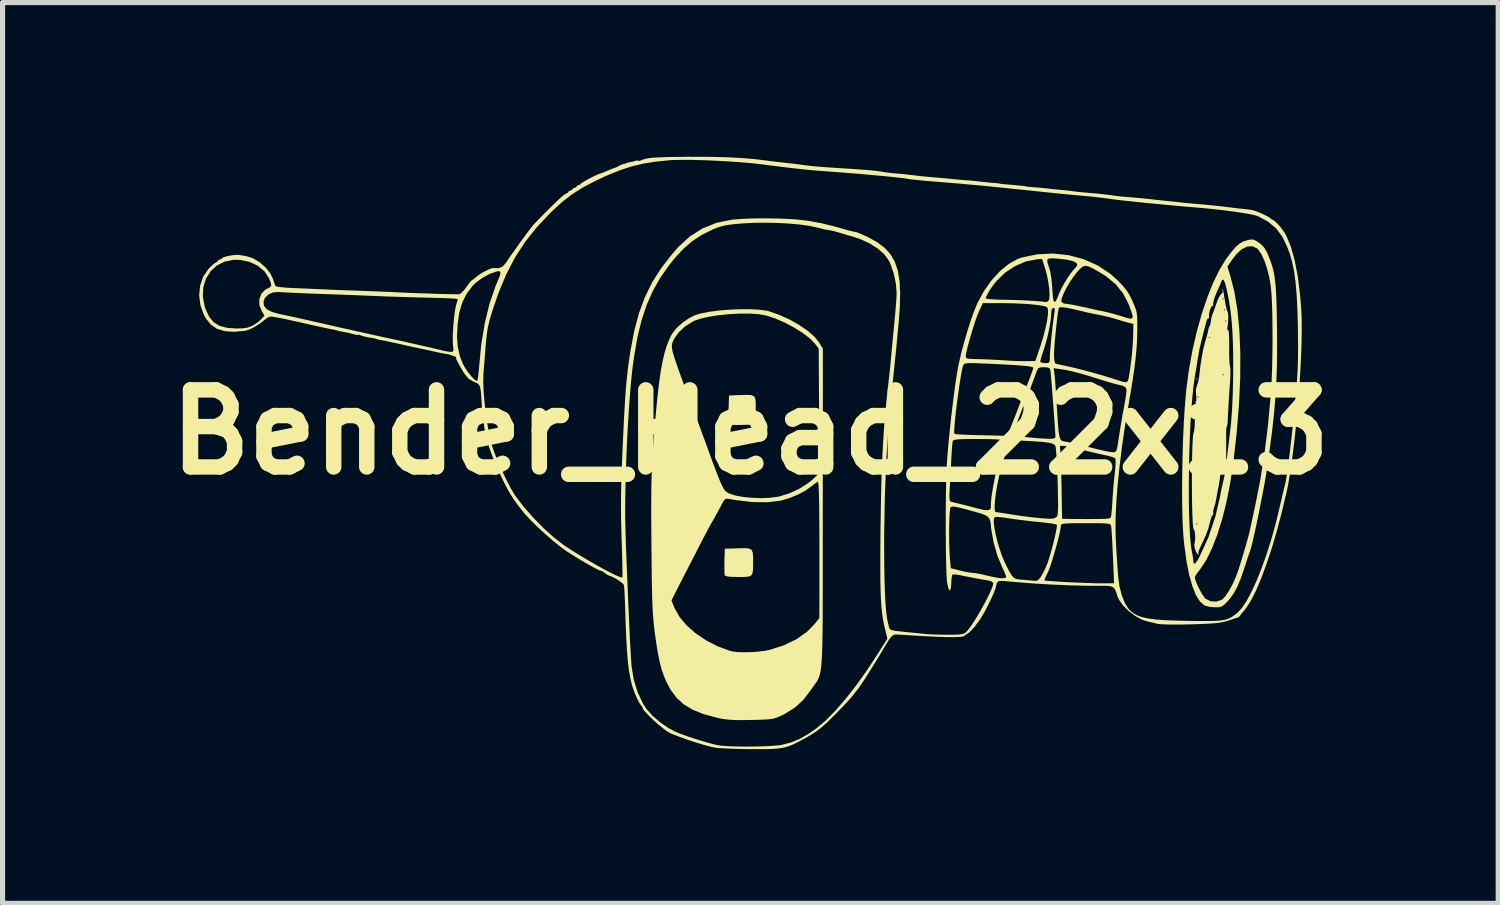
<source format=kicad_pcb>
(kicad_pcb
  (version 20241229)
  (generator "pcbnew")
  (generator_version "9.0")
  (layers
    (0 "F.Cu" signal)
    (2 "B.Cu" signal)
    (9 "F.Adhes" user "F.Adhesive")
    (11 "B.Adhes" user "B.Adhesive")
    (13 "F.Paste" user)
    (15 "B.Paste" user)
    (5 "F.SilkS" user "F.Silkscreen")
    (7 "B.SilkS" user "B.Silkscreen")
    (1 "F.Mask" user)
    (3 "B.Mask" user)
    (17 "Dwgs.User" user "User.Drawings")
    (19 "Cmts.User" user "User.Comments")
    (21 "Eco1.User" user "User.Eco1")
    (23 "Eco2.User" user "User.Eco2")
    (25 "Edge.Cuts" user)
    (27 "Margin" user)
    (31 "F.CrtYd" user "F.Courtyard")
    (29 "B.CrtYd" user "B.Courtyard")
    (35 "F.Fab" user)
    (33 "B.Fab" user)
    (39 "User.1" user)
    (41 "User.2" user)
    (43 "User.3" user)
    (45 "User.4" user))
  (footprint "Bender_Head_22x13"
    (layer "F.Cu")
    (at 11.55 5.357)
    (property "Reference" "Bender_Head_22x13" (at 0 0 0) (layer "F.SilkS") (effects (font (size 1.5 1.5) (thickness 0.3))))
    (attr board_only exclude_from_pos_files exclude_from_bom)
    (fp_poly (pts (xy 8.699 -1.034) (xy 8.686 -1.02) (xy 8.673 -1.034) (xy 8.686 -1.047)) (stroke (width 0) (type solid)) (fill yes) (layer "F.SilkS"))
    (fp_poly (pts (xy 0.013 -0.721) (xy 0.068 -0.7) (xy 0.096 -0.655) (xy 0.104 -0.577) (xy 0.103 -0.457) (xy 0.102 -0.422) (xy 0.094 -0.148) (xy -0.155 -0.14) (xy -0.28 -0.138) (xy -0.36 -0.142) (xy -0.403 -0.154) (xy -0.418 -0.169) (xy -0.423 -0.21) (xy -0.426 -0.292) (xy -0.425 -0.399) (xy -0.424 -0.458) (xy -0.416 -0.712) (xy -0.215 -0.72) (xy -0.078 -0.724)) (stroke (width 0) (type solid)) (fill yes) (layer "F.SilkS"))
    (fp_poly (pts (xy -0.027 2.265) (xy 0.022 2.29) (xy 0.045 2.341) (xy 0.052 2.429) (xy 0.053 2.537) (xy 0.052 2.662) (xy 0.042 2.743) (xy 0.015 2.79) (xy -0.04 2.812) (xy -0.132 2.819) (xy -0.232 2.819) (xy -0.362 2.817) (xy -0.445 2.809) (xy -0.489 2.795) (xy -0.499 2.784) (xy -0.504 2.742) (xy -0.506 2.661) (xy -0.506 2.556) (xy -0.505 2.508) (xy -0.497 2.269) (xy -0.238 2.261) (xy -0.11 2.258)) (stroke (width 0) (type solid)) (fill yes) (layer "F.SilkS"))
    (fp_poly (pts (xy 9.191 -2.782) (xy 9.202 -2.735) (xy 9.217 -2.652) (xy 9.226 -2.591) (xy 9.245 -2.484) (xy 9.264 -2.4) (xy 9.279 -2.35) (xy 9.285 -2.342) (xy 9.294 -2.314) (xy 9.298 -2.251) (xy 9.296 -2.171) (xy 9.29 -2.091) (xy 9.28 -2.03) (xy 9.277 -2.02) (xy 9.282 -1.99) (xy 9.293 -1.987) (xy 9.306 -1.961) (xy 9.313 -1.883) (xy 9.316 -1.757) (xy 9.316 -1.658) (xy 9.315 -1.526) (xy 9.318 -1.411) (xy 9.324 -1.325) (xy 9.331 -1.279) (xy 9.338 -1.232) (xy 9.34 -1.146) (xy 9.336 -1.035) (xy 9.332 -0.971) (xy 9.321 -0.822) (xy 9.31 -0.645) (xy 9.299 -0.462) (xy 9.29 -0.292) (xy 9.284 -0.161) (xy 9.27 -0.107) (xy 9.262 -0.094) (xy 9.253 -0.058) (xy 9.242 0.02) (xy 9.232 0.13) (xy 9.223 0.26) (xy 9.222 0.275) (xy 9.213 0.404) (xy 9.203 0.51) (xy 9.193 0.585) (xy 9.183 0.617) (xy 9.182 0.618) (xy 9.17 0.642) (xy 9.157 0.706) (xy 9.147 0.785) (xy 9.134 0.903) (xy 9.116 1.025) (xy 9.103 1.087) (xy 9.084 1.184) (xy 9.068 1.273) (xy 9.064 1.302) (xy 9.045 1.39) (xy 9.023 1.461) (xy 9.005 1.528) (xy 9.006 1.575) (xy 9.005 1.607) (xy 8.996 1.611) (xy 8.978 1.635) (xy 8.956 1.697) (xy 8.941 1.757) (xy 8.911 1.87) (xy 8.867 1.991) (xy 8.844 2.045) (xy 8.8 2.14) (xy 8.759 2.227) (xy 8.74 2.268) (xy 8.718 2.328) (xy 8.716 2.367) (xy 8.716 2.368) (xy 8.716 2.389) (xy 8.713 2.39) (xy 8.693 2.368) (xy 8.665 2.313) (xy 8.661 2.304) (xy 8.64 2.236) (xy 8.637 2.186) (xy 8.638 2.184) (xy 8.651 2.12) (xy 8.655 2.04) (xy 8.65 1.963) (xy 8.637 1.908) (xy 8.626 1.894) (xy 8.616 1.865) (xy 8.609 1.789) (xy 8.608 1.786) (xy 8.673 1.786) (xy 8.686 1.799) (xy 8.699 1.786) (xy 8.686 1.772) (xy 8.673 1.786) (xy 8.608 1.786) (xy 8.602 1.675) (xy 8.597 1.53) (xy 8.593 1.361) (xy 8.591 1.176) (xy 8.59 0.982) (xy 8.59 0.788) (xy 8.592 0.6) (xy 8.595 0.426) (xy 8.6 0.273) (xy 8.606 0.15) (xy 8.613 0.063) (xy 8.622 0.02) (xy 8.636 -0.034) (xy 8.645 -0.128) (xy 8.648 -0.245) (xy 8.648 -0.273) (xy 8.648 -0.399) (xy 8.654 -0.476) (xy 8.668 -0.508) (xy 8.674 -0.51) (xy 8.691 -0.52) (xy 8.673 -0.55) (xy 8.656 -0.583) (xy 8.665 -0.591) (xy 8.678 -0.615) (xy 8.677 -0.68) (xy 8.676 -0.685) (xy 8.699 -0.685) (xy 8.713 -0.671) (xy 8.726 -0.685) (xy 8.713 -0.698) (xy 8.699 -0.685) (xy 8.676 -0.685) (xy 8.672 -0.712) (xy 8.668 -0.825) (xy 8.686 -0.896) (xy 8.708 -0.959) (xy 8.727 -1.049) (xy 8.734 -1.104) (xy 8.735 -1.114) (xy 9.183 -1.114) (xy 9.196 -1.101) (xy 9.21 -1.114) (xy 9.196 -1.128) (xy 9.183 -1.114) (xy 8.735 -1.114) (xy 8.758 -1.304) (xy 8.787 -1.489) (xy 8.818 -1.646) (xy 8.849 -1.763) (xy 8.852 -1.772) (xy 8.872 -1.839) (xy 8.914 -1.839) (xy 8.928 -1.826) (xy 8.941 -1.839) (xy 8.928 -1.853) (xy 8.914 -1.839) (xy 8.872 -1.839) (xy 8.88 -1.865) (xy 8.902 -1.951) (xy 8.906 -1.973) (xy 8.921 -2.035) (xy 8.937 -2.067) (xy 8.951 -2.101) (xy 8.96 -2.161) (xy 9.236 -2.161) (xy 9.25 -2.148) (xy 9.263 -2.161) (xy 9.25 -2.175) (xy 9.236 -2.161) (xy 8.96 -2.161) (xy 8.973 -2.24) (xy 8.992 -2.296) (xy 9.014 -2.351) (xy 9.023 -2.376) (xy 9.21 -2.376) (xy 9.223 -2.363) (xy 9.236 -2.376) (xy 9.223 -2.39) (xy 9.21 -2.376) (xy 9.023 -2.376) (xy 9.044 -2.435) (xy 9.065 -2.497) (xy 9.098 -2.584) (xy 9.102 -2.591) (xy 9.183 -2.591) (xy 9.196 -2.578) (xy 9.21 -2.591) (xy 9.196 -2.604) (xy 9.183 -2.591) (xy 9.102 -2.591) (xy 9.134 -2.653) (xy 9.155 -2.679) (xy 9.186 -2.713) (xy 9.189 -2.726) (xy 9.185 -2.76) (xy 9.186 -2.786)) (stroke (width 0) (type solid)) (fill yes) (layer "F.SilkS"))
    (fp_poly (pts (xy 0.175 -2.381) (xy 0.317 -2.362) (xy 0.36 -2.351) (xy 0.562 -2.281) (xy 0.762 -2.19) (xy 0.949 -2.085) (xy 1.114 -1.972) (xy 1.245 -1.857) (xy 1.329 -1.753) (xy 1.41 -1.624) (xy 1.408 1.504) (xy 1.408 1.983) (xy 1.408 2.411) (xy 1.408 2.792) (xy 1.408 3.128) (xy 1.407 3.423) (xy 1.406 3.68) (xy 1.404 3.901) (xy 1.401 4.09) (xy 1.396 4.25) (xy 1.391 4.384) (xy 1.383 4.496) (xy 1.374 4.587) (xy 1.363 4.661) (xy 1.349 4.722) (xy 1.333 4.772) (xy 1.315 4.815) (xy 1.293 4.852) (xy 1.268 4.889) (xy 1.24 4.927) (xy 1.209 4.97) (xy 1.174 5.021) (xy 1.174 5.021) (xy 1.029 5.21) (xy 0.869 5.358) (xy 0.679 5.478) (xy 0.618 5.509) (xy 0.55 5.54) (xy 0.491 5.563) (xy 0.431 5.578) (xy 0.357 5.588) (xy 0.259 5.594) (xy 0.127 5.599) (xy 0.013 5.601) (xy -0.171 5.604) (xy -0.315 5.602) (xy -0.432 5.594) (xy -0.537 5.581) (xy -0.642 5.56) (xy -0.644 5.559) (xy -0.905 5.489) (xy -1.12 5.404) (xy -1.296 5.298) (xy -1.439 5.167) (xy -1.557 5.006) (xy -1.638 4.851) (xy -1.687 4.734) (xy -1.728 4.614) (xy -1.763 4.482) (xy -1.795 4.326) (xy -1.827 4.136) (xy -1.856 3.932) (xy -1.87 3.825) (xy -1.881 3.722) (xy -1.891 3.616) (xy -1.899 3.501) (xy -1.906 3.37) (xy -1.909 3.275) (xy -1.536 3.275) (xy -1.473 3.429) (xy -1.378 3.598) (xy -1.238 3.764) (xy -1.061 3.918) (xy -0.856 4.056) (xy -0.631 4.171) (xy -0.396 4.256) (xy -0.362 4.265) (xy -0.269 4.279) (xy -0.139 4.284) (xy 0.009 4.281) (xy 0.159 4.271) (xy 0.293 4.254) (xy 0.362 4.24) (xy 0.648 4.15) (xy 0.896 4.03) (xy 1.103 3.884) (xy 1.254 3.729) (xy 1.342 3.617) (xy 1.342 2.292) (xy 1.342 1.973) (xy 1.34 1.695) (xy 1.338 1.457) (xy 1.335 1.264) (xy 1.33 1.118) (xy 1.325 1.019) (xy 1.319 0.971) (xy 1.317 0.967) (xy 1.282 0.983) (xy 1.226 1.024) (xy 1.199 1.047) (xy 1.078 1.134) (xy 0.923 1.217) (xy 0.754 1.286) (xy 0.592 1.333) (xy 0.329 1.365) (xy 0.03 1.361) (xy -0.305 1.32) (xy -0.403 1.303) (xy -0.454 1.295) (xy -0.489 1.304) (xy -0.52 1.337) (xy -0.558 1.406) (xy -0.576 1.441) (xy -0.635 1.552) (xy -0.699 1.668) (xy -0.736 1.732) (xy -0.767 1.786) (xy -0.809 1.862) (xy -0.863 1.964) (xy -0.932 2.096) (xy -1.017 2.26) (xy -1.12 2.461) (xy -1.244 2.703) (xy -1.39 2.988) (xy -1.403 3.013) (xy -1.536 3.275) (xy -1.909 3.275) (xy -1.911 3.218) (xy -1.915 3.039) (xy -1.919 2.825) (xy -1.922 2.572) (xy -1.925 2.273) (xy -1.926 2.202) (xy -1.928 1.856) (xy -1.93 1.557) (xy -1.929 1.299) (xy -1.927 1.072) (xy -1.923 0.872) (xy -1.916 0.691) (xy -1.908 0.522) (xy -1.898 0.358) (xy -1.895 0.322) (xy -1.865 -0.071) (xy -1.835 -0.414) (xy -1.806 -0.712) (xy -1.775 -0.97) (xy -1.743 -1.191) (xy -1.708 -1.379) (xy -1.67 -1.54) (xy -1.629 -1.677) (xy -1.626 -1.683) (xy -1.529 -1.683) (xy -1.526 -1.629) (xy -1.512 -1.559) (xy -1.484 -1.465) (xy -1.442 -1.339) (xy -1.384 -1.174) (xy -1.348 -1.074) (xy -1.303 -0.949) (xy -1.247 -0.797) (xy -1.188 -0.641) (xy -1.154 -0.55) (xy -1.101 -0.411) (xy -1.037 -0.242) (xy -0.97 -0.061) (xy -0.908 0.109) (xy -0.898 0.134) (xy -0.807 0.386) (xy -0.732 0.591) (xy -0.67 0.756) (xy -0.619 0.885) (xy -0.579 0.984) (xy -0.545 1.056) (xy -0.516 1.107) (xy -0.489 1.142) (xy -0.463 1.166) (xy -0.435 1.183) (xy -0.418 1.192) (xy -0.305 1.231) (xy -0.154 1.26) (xy 0.021 1.278) (xy 0.205 1.285) (xy 0.382 1.278) (xy 0.539 1.257) (xy 0.564 1.252) (xy 0.758 1.192) (xy 0.951 1.103) (xy 1.123 0.994) (xy 1.208 0.924) (xy 1.344 0.797) (xy 1.337 -0.414) (xy 1.329 -1.624) (xy 1.256 -1.72) (xy 1.158 -1.821) (xy 1.02 -1.927) (xy 0.854 -2.032) (xy 0.672 -2.129) (xy 0.485 -2.21) (xy 0.306 -2.269) (xy 0.295 -2.271) (xy 0.156 -2.295) (xy -0.018 -2.306) (xy -0.214 -2.305) (xy -0.421 -2.294) (xy -0.625 -2.273) (xy -0.814 -2.243) (xy -0.976 -2.206) (xy -1.098 -2.163) (xy -1.107 -2.158) (xy -1.269 -2.058) (xy -1.398 -1.938) (xy -1.478 -1.823) (xy -1.504 -1.772) (xy -1.521 -1.728) (xy -1.529 -1.683) (xy -1.626 -1.683) (xy -1.583 -1.794) (xy -1.532 -1.897) (xy -1.521 -1.916) (xy -1.437 -2.024) (xy -1.318 -2.131) (xy -1.182 -2.223) (xy -1.085 -2.272) (xy -0.964 -2.309) (xy -0.803 -2.34) (xy -0.614 -2.365) (xy -0.408 -2.382) (xy -0.2 -2.391) (xy -0.002 -2.391)) (stroke (width 0) (type solid)) (fill yes) (layer "F.SilkS"))
    (fp_poly (pts (xy 9.795 -3.743) (xy 9.856 -3.711) (xy 9.883 -3.694) (xy 9.95 -3.642) (xy 10.003 -3.581) (xy 10.051 -3.496) (xy 10.101 -3.376) (xy 10.121 -3.325) (xy 10.152 -3.233) (xy 10.177 -3.138) (xy 10.197 -3.031) (xy 10.213 -2.907) (xy 10.225 -2.758) (xy 10.234 -2.577) (xy 10.24 -2.359) (xy 10.245 -2.095) (xy 10.246 -2.014) (xy 10.248 -1.646) (xy 10.245 -1.31) (xy 10.234 -0.994) (xy 10.216 -0.684) (xy 10.189 -0.37) (xy 10.153 -0.04) (xy 10.107 0.319) (xy 10.052 0.707) (xy 10.029 0.851) (xy 9.999 1.022) (xy 9.964 1.211) (xy 9.925 1.409) (xy 9.886 1.607) (xy 9.846 1.797) (xy 9.808 1.971) (xy 9.774 2.119) (xy 9.746 2.233) (xy 9.725 2.305) (xy 9.721 2.315) (xy 9.703 2.366) (xy 9.673 2.454) (xy 9.637 2.565) (xy 9.611 2.645) (xy 9.542 2.845) (xy 9.476 3.004) (xy 9.407 3.133) (xy 9.329 3.241) (xy 9.285 3.292) (xy 9.22 3.358) (xy 9.169 3.394) (xy 9.111 3.407) (xy 9.038 3.409) (xy 8.943 3.401) (xy 8.858 3.381) (xy 8.83 3.369) (xy 8.746 3.295) (xy 8.668 3.171) (xy 8.599 2.997) (xy 8.55 2.824) (xy 8.646 2.824) (xy 8.659 2.882) (xy 8.694 2.969) (xy 8.741 3.066) (xy 8.792 3.157) (xy 8.838 3.224) (xy 8.855 3.242) (xy 8.954 3.292) (xy 9.066 3.299) (xy 9.171 3.262) (xy 9.193 3.246) (xy 9.248 3.186) (xy 9.312 3.087) (xy 9.379 2.965) (xy 9.44 2.831) (xy 9.469 2.754) (xy 9.505 2.65) (xy 9.547 2.516) (xy 9.593 2.365) (xy 9.637 2.213) (xy 9.676 2.075) (xy 9.706 1.964) (xy 9.716 1.92) (xy 9.732 1.843) (xy 9.757 1.729) (xy 9.787 1.59) (xy 9.819 1.442) (xy 9.826 1.41) (xy 9.921 0.928) (xy 10.003 0.409) (xy 10.07 -0.13) (xy 10.12 -0.675) (xy 10.128 -0.781) (xy 10.141 -0.997) (xy 10.15 -1.239) (xy 10.156 -1.497) (xy 10.159 -1.761) (xy 10.158 -2.021) (xy 10.155 -2.268) (xy 10.149 -2.491) (xy 10.139 -2.68) (xy 10.126 -2.826) (xy 10.126 -2.828) (xy 10.097 -3.005) (xy 10.054 -3.177) (xy 10.002 -3.333) (xy 9.943 -3.461) (xy 9.882 -3.551) (xy 9.859 -3.573) (xy 9.765 -3.616) (xy 9.662 -3.609) (xy 9.554 -3.553) (xy 9.445 -3.45) (xy 9.373 -3.355) (xy 9.281 -3.221) (xy 9.337 -3.04) (xy 9.417 -2.729) (xy 9.476 -2.372) (xy 9.514 -1.97) (xy 9.532 -1.529) (xy 9.53 -1.05) (xy 9.506 -0.537) (xy 9.462 0.008) (xy 9.397 0.581) (xy 9.385 0.671) (xy 9.328 1.036) (xy 9.258 1.383) (xy 9.175 1.708) (xy 9.082 2.003) (xy 8.981 2.263) (xy 8.874 2.482) (xy 8.762 2.653) (xy 8.754 2.663) (xy 8.698 2.737) (xy 8.659 2.795) (xy 8.646 2.824) (xy 8.55 2.824) (xy 8.537 2.777) (xy 8.485 2.512) (xy 8.443 2.205) (xy 8.431 2.094) (xy 8.416 1.899) (xy 8.406 1.659) (xy 8.401 1.385) (xy 8.399 1.084) (xy 8.4 1.009) (xy 8.53 1.009) (xy 8.53 1.295) (xy 8.534 1.563) (xy 8.543 1.808) (xy 8.554 2.023) (xy 8.57 2.201) (xy 8.59 2.334) (xy 8.6 2.376) (xy 8.612 2.445) (xy 8.617 2.505) (xy 8.626 2.557) (xy 8.651 2.558) (xy 8.691 2.508) (xy 8.733 2.435) (xy 8.911 2.048) (xy 9.048 1.64) (xy 9.13 1.29) (xy 9.155 1.162) (xy 9.18 1.044) (xy 9.201 0.952) (xy 9.21 0.913) (xy 9.225 0.844) (xy 9.242 0.74) (xy 9.258 0.618) (xy 9.265 0.564) (xy 9.281 0.421) (xy 9.3 0.269) (xy 9.316 0.136) (xy 9.32 0.107) (xy 9.349 -0.146) (xy 9.37 -0.412) (xy 9.384 -0.7) (xy 9.392 -1.022) (xy 9.394 -1.302) (xy 9.391 -1.62) (xy 9.382 -1.894) (xy 9.366 -2.137) (xy 9.342 -2.358) (xy 9.309 -2.57) (xy 9.267 -2.781) (xy 9.264 -2.792) (xy 9.234 -2.904) (xy 9.207 -2.962) (xy 9.182 -2.967) (xy 9.166 -2.938) (xy 9.146 -2.888) (xy 9.112 -2.807) (xy 9.07 -2.713) (xy 9.032 -2.62) (xy 9.009 -2.541) (xy 9.004 -2.492) (xy 9.004 -2.491) (xy 9.005 -2.458) (xy 8.994 -2.457) (xy 8.973 -2.445) (xy 8.949 -2.398) (xy 8.93 -2.335) (xy 8.921 -2.274) (xy 8.925 -2.239) (xy 8.926 -2.213) (xy 8.915 -2.215) (xy 8.892 -2.204) (xy 8.873 -2.156) (xy 8.855 -2.083) (xy 8.83 -1.99) (xy 8.821 -1.96) (xy 8.739 -1.623) (xy 8.699 -1.396) (xy 8.68 -1.274) (xy 8.659 -1.147) (xy 8.647 -1.074) (xy 8.621 -0.896) (xy 8.599 -0.682) (xy 8.579 -0.436) (xy 8.562 -0.168) (xy 8.549 0.118) (xy 8.539 0.414) (xy 8.533 0.713) (xy 8.53 1.009) (xy 8.4 1.009) (xy 8.402 0.768) (xy 8.409 0.445) (xy 8.419 0.124) (xy 8.433 -0.186) (xy 8.451 -0.474) (xy 8.472 -0.733) (xy 8.483 -0.846) (xy 8.533 -1.218) (xy 8.6 -1.588) (xy 8.683 -1.948) (xy 8.779 -2.292) (xy 8.887 -2.613) (xy 9.002 -2.903) (xy 9.125 -3.154) (xy 9.251 -3.361) (xy 9.274 -3.393) (xy 9.37 -3.518) (xy 9.447 -3.606) (xy 9.514 -3.665) (xy 9.581 -3.704) (xy 9.656 -3.73) (xy 9.662 -3.732) (xy 9.739 -3.748)) (stroke (width 0) (type solid)) (fill yes) (layer "F.SilkS"))
    (fp_poly (pts (xy -0.829 -5.356) (xy -0.483 -5.348) (xy -0.177 -5.333) (xy 0.096 -5.31) (xy 0.342 -5.279) (xy 0.362 -5.276) (xy 0.439 -5.266) (xy 0.537 -5.254) (xy 0.577 -5.25) (xy 0.717 -5.235) (xy 0.867 -5.218) (xy 1.002 -5.2) (xy 1.047 -5.194) (xy 1.195 -5.176) (xy 1.394 -5.159) (xy 1.643 -5.142) (xy 1.665 -5.14) (xy 1.927 -5.124) (xy 2.141 -5.109) (xy 2.31 -5.096) (xy 2.438 -5.083) (xy 2.531 -5.071) (xy 2.578 -5.062) (xy 2.641 -5.052) (xy 2.734 -5.041) (xy 2.806 -5.034) (xy 2.909 -5.026) (xy 3.002 -5.017) (xy 3.047 -5.012) (xy 3.121 -5.003) (xy 3.22 -4.992) (xy 3.276 -4.985) (xy 3.388 -4.973) (xy 3.518 -4.961) (xy 3.598 -4.954) (xy 3.718 -4.944) (xy 3.843 -4.933) (xy 3.913 -4.925) (xy 4.026 -4.914) (xy 4.144 -4.904) (xy 4.181 -4.901) (xy 4.28 -4.894) (xy 4.401 -4.882) (xy 4.484 -4.873) (xy 4.592 -4.861) (xy 4.694 -4.851) (xy 4.752 -4.846) (xy 4.815 -4.841) (xy 4.846 -4.836) (xy 4.846 -4.835) (xy 4.871 -4.83) (xy 4.934 -4.823) (xy 5.008 -4.817) (xy 5.159 -4.804) (xy 5.264 -4.794) (xy 5.327 -4.788) (xy 5.354 -4.783) (xy 5.357 -4.781) (xy 5.381 -4.777) (xy 5.443 -4.77) (xy 5.504 -4.765) (xy 5.616 -4.756) (xy 5.73 -4.745) (xy 5.773 -4.74) (xy 5.878 -4.728) (xy 5.995 -4.717) (xy 6.028 -4.714) (xy 6.135 -4.704) (xy 6.243 -4.691) (xy 6.273 -4.687) (xy 6.363 -4.675) (xy 6.477 -4.664) (xy 6.555 -4.657) (xy 6.72 -4.643) (xy 6.85 -4.63) (xy 6.968 -4.615) (xy 7.035 -4.606) (xy 7.14 -4.592) (xy 7.257 -4.58) (xy 7.29 -4.577) (xy 7.435 -4.566) (xy 7.6 -4.551) (xy 7.758 -4.535) (xy 7.84 -4.525) (xy 7.923 -4.516) (xy 8.028 -4.505) (xy 8.082 -4.5) (xy 8.194 -4.488) (xy 8.307 -4.476) (xy 8.35 -4.471) (xy 8.448 -4.46) (xy 8.566 -4.449) (xy 8.632 -4.443) (xy 8.781 -4.431) (xy 8.9 -4.42) (xy 9.005 -4.41) (xy 9.113 -4.398) (xy 9.24 -4.383) (xy 9.402 -4.363) (xy 9.424 -4.36) (xy 9.518 -4.349) (xy 9.618 -4.339) (xy 9.626 -4.338) (xy 9.706 -4.329) (xy 9.767 -4.319) (xy 9.775 -4.318) (xy 9.836 -4.298) (xy 9.915 -4.266) (xy 9.998 -4.229) (xy 10.069 -4.193) (xy 10.114 -4.165) (xy 10.122 -4.156) (xy 10.143 -4.136) (xy 10.152 -4.135) (xy 10.192 -4.114) (xy 10.25 -4.061) (xy 10.315 -3.987) (xy 10.377 -3.904) (xy 10.423 -3.827) (xy 10.513 -3.614) (xy 10.588 -3.349) (xy 10.649 -3.034) (xy 10.695 -2.67) (xy 10.716 -2.416) (xy 10.726 -2.193) (xy 10.727 -1.925) (xy 10.72 -1.622) (xy 10.705 -1.292) (xy 10.685 -0.946) (xy 10.658 -0.59) (xy 10.627 -0.235) (xy 10.591 0.111) (xy 10.551 0.439) (xy 10.509 0.74) (xy 10.465 1.005) (xy 10.429 1.181) (xy 10.338 1.564) (xy 10.242 1.925) (xy 10.143 2.262) (xy 10.041 2.57) (xy 9.939 2.844) (xy 9.839 3.08) (xy 9.741 3.274) (xy 9.647 3.421) (xy 9.599 3.48) (xy 9.553 3.533) (xy 9.527 3.572) (xy 9.526 3.575) (xy 9.495 3.603) (xy 9.478 3.609) (xy 9.425 3.624) (xy 9.357 3.649) (xy 9.281 3.674) (xy 9.183 3.698) (xy 9.142 3.706) (xy 9.056 3.717) (xy 8.934 3.726) (xy 8.786 3.733) (xy 8.622 3.739) (xy 8.454 3.743) (xy 8.291 3.745) (xy 8.145 3.744) (xy 8.025 3.74) (xy 7.942 3.734) (xy 7.914 3.729) (xy 7.829 3.707) (xy 7.755 3.692) (xy 7.627 3.654) (xy 7.491 3.58) (xy 7.361 3.483) (xy 7.249 3.372) (xy 7.17 3.259) (xy 7.147 3.207) (xy 7.116 3.115) (xy 7.089 3.053) (xy 7.055 3.016) (xy 7.003 2.997) (xy 6.923 2.991) (xy 6.803 2.991) (xy 6.757 2.991) (xy 6.496 2.989) (xy 6.196 2.981) (xy 5.876 2.967) (xy 5.549 2.948) (xy 5.232 2.924) (xy 4.941 2.898) (xy 4.916 2.895) (xy 4.836 2.898) (xy 4.795 2.931) (xy 4.785 2.974) (xy 4.769 3.039) (xy 4.731 3.138) (xy 4.677 3.259) (xy 4.613 3.39) (xy 4.544 3.518) (xy 4.477 3.63) (xy 4.463 3.652) (xy 4.359 3.793) (xy 4.253 3.901) (xy 4.156 3.968) (xy 4.142 3.975) (xy 4.083 3.985) (xy 3.972 3.989) (xy 3.811 3.988) (xy 3.601 3.981) (xy 3.344 3.968) (xy 3.042 3.95) (xy 2.876 3.939) (xy 2.821 3.938) (xy 2.777 3.952) (xy 2.736 3.987) (xy 2.688 4.052) (xy 2.626 4.153) (xy 2.6 4.197) (xy 2.538 4.302) (xy 2.464 4.424) (xy 2.383 4.554) (xy 2.302 4.684) (xy 2.225 4.804) (xy 2.159 4.904) (xy 2.11 4.976) (xy 2.085 5.009) (xy 2.049 5.052) (xy 2 5.115) (xy 1.987 5.132) (xy 1.944 5.183) (xy 1.872 5.262) (xy 1.779 5.36) (xy 1.675 5.468) (xy 1.637 5.506) (xy 1.501 5.64) (xy 1.385 5.744) (xy 1.276 5.827) (xy 1.16 5.901) (xy 1.105 5.933) (xy 0.967 6.009) (xy 0.853 6.067) (xy 0.751 6.11) (xy 0.651 6.139) (xy 0.542 6.157) (xy 0.412 6.166) (xy 0.251 6.169) (xy 0.047 6.169) (xy 0.039 6.169) (xy -0.138 6.167) (xy -0.309 6.162) (xy -0.46 6.157) (xy -0.582 6.15) (xy -0.662 6.143) (xy -0.662 6.143) (xy -0.761 6.124) (xy -0.897 6.088) (xy -1.055 6.041) (xy -1.222 5.986) (xy -1.385 5.927) (xy -1.531 5.87) (xy -1.559 5.858) (xy -1.619 5.823) (xy -1.7 5.763) (xy -1.792 5.688) (xy -1.886 5.604) (xy -1.972 5.522) (xy -2.042 5.449) (xy -2.085 5.395) (xy -2.094 5.373) (xy -2.111 5.335) (xy -2.135 5.307) (xy -2.163 5.263) (xy -2.203 5.185) (xy -2.247 5.087) (xy -2.257 5.062) (xy -2.299 4.942) (xy -2.333 4.805) (xy -2.362 4.644) (xy -2.385 4.454) (xy -2.403 4.229) (xy -2.418 3.962) (xy -2.429 3.648) (xy -2.43 3.638) (xy -2.435 3.459) (xy -2.441 3.296) (xy -2.447 3.158) (xy -2.453 3.052) (xy -2.458 2.988) (xy -2.461 2.973) (xy -2.489 2.94) (xy -2.549 2.895) (xy -2.625 2.848) (xy -2.699 2.81) (xy -2.754 2.791) (xy -2.759 2.79) (xy -2.792 2.773) (xy -2.829 2.743) (xy -2.873 2.711) (xy -2.896 2.703) (xy -2.93 2.693) (xy -3 2.659) (xy -3.099 2.606) (xy -3.217 2.539) (xy -3.345 2.463) (xy -3.476 2.382) (xy -3.572 2.321) (xy -3.695 2.232) (xy -3.841 2.114) (xy -3.996 1.979) (xy -4.149 1.838) (xy -4.286 1.703) (xy -4.395 1.584) (xy -4.417 1.557) (xy -4.522 1.423) (xy -4.604 1.308) (xy -4.677 1.193) (xy -4.754 1.056) (xy -4.775 1.016) (xy -4.954 0.644) (xy -5.087 0.285) (xy -5.174 -0.07) (xy -5.22 -0.429) (xy -5.223 -0.483) (xy -5.233 -0.647) (xy -5.241 -0.765) (xy -5.252 -0.846) (xy -5.269 -0.9) (xy -5.292 -0.933) (xy -5.326 -0.955) (xy -5.373 -0.975) (xy -5.377 -0.976) (xy -5.381 -0.979) (xy -5.198 -0.979) (xy -5.191 -0.792) (xy -5.173 -0.581) (xy -5.148 -0.359) (xy -5.116 -0.142) (xy -5.079 0.058) (xy -5.04 0.226) (xy -5.02 0.29) (xy -4.969 0.432) (xy -4.902 0.596) (xy -4.825 0.767) (xy -4.745 0.934) (xy -4.668 1.083) (xy -4.6 1.201) (xy -4.573 1.241) (xy -4.412 1.451) (xy -4.227 1.662) (xy -4.029 1.864) (xy -3.831 2.044) (xy -3.643 2.19) (xy -3.606 2.216) (xy -3.462 2.31) (xy -3.307 2.406) (xy -3.148 2.5) (xy -2.993 2.589) (xy -2.846 2.67) (xy -2.717 2.738) (xy -2.61 2.789) (xy -2.534 2.821) (xy -2.494 2.829) (xy -2.49 2.826) (xy -2.489 2.795) (xy -2.489 2.717) (xy -2.491 2.6) (xy -2.494 2.451) (xy -2.499 2.276) (xy -2.505 2.083) (xy -2.506 2.067) (xy -2.513 1.835) (xy -2.517 1.619) (xy -2.517 1.608) (xy -2.436 1.608) (xy -2.432 1.859) (xy -2.432 1.865) (xy -2.424 2.124) (xy -2.414 2.399) (xy -2.403 2.684) (xy -2.391 2.972) (xy -2.379 3.256) (xy -2.367 3.53) (xy -2.355 3.787) (xy -2.344 4.021) (xy -2.333 4.225) (xy -2.323 4.392) (xy -2.315 4.516) (xy -2.311 4.566) (xy -2.269 4.819) (xy -2.194 5.062) (xy -2.092 5.279) (xy -2.022 5.387) (xy -1.905 5.518) (xy -1.755 5.648) (xy -1.59 5.761) (xy -1.449 5.835) (xy -1.34 5.878) (xy -1.197 5.929) (xy -1.036 5.981) (xy -0.875 6.03) (xy -0.732 6.069) (xy -0.644 6.09) (xy -0.551 6.103) (xy -0.416 6.112) (xy -0.253 6.117) (xy -0.073 6.119) (xy 0.112 6.117) (xy 0.288 6.112) (xy 0.443 6.103) (xy 0.566 6.092) (xy 0.611 6.085) (xy 0.785 6.04) (xy 0.95 5.974) (xy 1.12 5.878) (xy 1.29 5.76) (xy 1.467 5.61) (xy 1.659 5.415) (xy 1.863 5.178) (xy 2.076 4.905) (xy 2.293 4.599) (xy 2.51 4.265) (xy 2.523 4.244) (xy 2.665 4.018) (xy 2.619 3.83) (xy 2.596 3.728) (xy 2.577 3.624) (xy 2.561 3.514) (xy 2.549 3.392) (xy 2.54 3.253) (xy 2.533 3.09) (xy 2.529 2.898) (xy 2.528 2.672) (xy 2.528 2.407) (xy 2.53 2.097) (xy 2.532 1.893) (xy 2.539 1.424) (xy 2.548 1.002) (xy 2.561 0.619) (xy 2.578 0.266) (xy 2.599 -0.062) (xy 2.624 -0.374) (xy 2.654 -0.676) (xy 2.673 -0.846) (xy 2.692 -1.012) (xy 2.712 -1.192) (xy 2.729 -1.363) (xy 2.739 -1.477) (xy 2.752 -1.612) (xy 2.767 -1.781) (xy 2.785 -1.963) (xy 2.802 -2.138) (xy 2.804 -2.161) (xy 2.819 -2.317) (xy 2.831 -2.468) (xy 2.84 -2.599) (xy 2.845 -2.695) (xy 2.845 -2.716) (xy 2.83 -2.894) (xy 2.789 -3.087) (xy 2.726 -3.269) (xy 2.696 -3.333) (xy 2.611 -3.453) (xy 2.482 -3.568) (xy 2.321 -3.671) (xy 2.138 -3.755) (xy 2.008 -3.798) (xy 1.894 -3.831) (xy 1.774 -3.867) (xy 1.732 -3.88) (xy 1.637 -3.907) (xy 1.549 -3.926) (xy 1.517 -3.931) (xy 1.447 -3.943) (xy 1.35 -3.966) (xy 1.275 -3.985) (xy 1.14 -4.014) (xy 0.963 -4.038) (xy 0.756 -4.057) (xy 0.531 -4.069) (xy 0.301 -4.074) (xy 0.078 -4.072) (xy -0.128 -4.062) (xy -0.141 -4.061) (xy -0.304 -4.047) (xy -0.426 -4.032) (xy -0.523 -4.014) (xy -0.609 -3.99) (xy -0.696 -3.957) (xy -0.725 -3.945) (xy -0.94 -3.84) (xy -1.131 -3.715) (xy -1.308 -3.562) (xy -1.483 -3.371) (xy -1.591 -3.235) (xy -1.758 -2.995) (xy -1.9 -2.744) (xy -2.018 -2.475) (xy -2.116 -2.181) (xy -2.196 -1.854) (xy -2.261 -1.485) (xy -2.293 -1.249) (xy -2.32 -1.005) (xy -2.344 -0.718) (xy -2.367 -0.398) (xy -2.388 -0.057) (xy -2.405 0.296) (xy -2.419 0.649) (xy -2.429 0.993) (xy -2.435 1.316) (xy -2.436 1.608) (xy -2.517 1.608) (xy -2.518 1.409) (xy -2.516 1.193) (xy -2.511 0.96) (xy -2.502 0.698) (xy -2.49 0.398) (xy -2.486 0.309) (xy -2.471 -0.01) (xy -2.458 -0.282) (xy -2.445 -0.515) (xy -2.432 -0.715) (xy -2.419 -0.891) (xy -2.404 -1.048) (xy -2.388 -1.194) (xy -2.37 -1.336) (xy -2.349 -1.481) (xy -2.333 -1.584) (xy -2.26 -1.97) (xy -2.168 -2.314) (xy -2.053 -2.625) (xy -1.911 -2.914) (xy -1.736 -3.189) (xy -1.525 -3.46) (xy -1.397 -3.606) (xy -1.178 -3.807) (xy -0.93 -3.963) (xy -0.658 -4.072) (xy -0.366 -4.132) (xy -0.345 -4.134) (xy -0.155 -4.149) (xy 0.07 -4.157) (xy 0.315 -4.159) (xy 0.561 -4.155) (xy 0.792 -4.144) (xy 0.899 -4.137) (xy 1.135 -4.109) (xy 1.372 -4.066) (xy 1.629 -4.003) (xy 1.789 -3.958) (xy 1.894 -3.928) (xy 1.982 -3.906) (xy 2.037 -3.894) (xy 2.046 -3.893) (xy 2.086 -3.882) (xy 2.16 -3.852) (xy 2.256 -3.809) (xy 2.297 -3.789) (xy 2.47 -3.693) (xy 2.612 -3.585) (xy 2.724 -3.462) (xy 2.808 -3.318) (xy 2.867 -3.147) (xy 2.901 -2.945) (xy 2.914 -2.706) (xy 2.907 -2.426) (xy 2.888 -2.175) (xy 2.875 -2.029) (xy 2.863 -1.902) (xy 2.852 -1.783) (xy 2.841 -1.663) (xy 2.828 -1.534) (xy 2.812 -1.386) (xy 2.794 -1.21) (xy 2.772 -0.995) (xy 2.753 -0.819) (xy 2.69 -0.137) (xy 2.644 0.543) (xy 2.616 1.235) (xy 2.603 1.957) (xy 2.602 2.175) (xy 2.604 2.543) (xy 2.609 2.864) (xy 2.618 3.138) (xy 2.63 3.363) (xy 2.646 3.537) (xy 2.665 3.659) (xy 2.67 3.678) (xy 2.683 3.735) (xy 2.695 3.788) (xy 2.704 3.818) (xy 2.721 3.839) (xy 2.756 3.854) (xy 2.818 3.866) (xy 2.916 3.878) (xy 3.027 3.89) (xy 3.16 3.903) (xy 3.28 3.915) (xy 3.374 3.925) (xy 3.423 3.93) (xy 3.482 3.934) (xy 3.581 3.938) (xy 3.703 3.941) (xy 3.813 3.943) (xy 3.962 3.943) (xy 4.066 3.938) (xy 4.135 3.927) (xy 4.178 3.908) (xy 4.18 3.907) (xy 4.228 3.858) (xy 4.293 3.771) (xy 4.369 3.657) (xy 4.449 3.525) (xy 4.528 3.385) (xy 4.601 3.248) (xy 4.662 3.123) (xy 4.705 3.021) (xy 4.725 2.951) (xy 4.726 2.941) (xy 4.7 2.909) (xy 4.631 2.888) (xy 4.625 2.887) (xy 4.491 2.864) (xy 4.327 2.834) (xy 4.154 2.8) (xy 4.088 2.786) (xy 4.006 2.773) (xy 3.947 2.77) (xy 3.929 2.774) (xy 3.919 2.809) (xy 3.911 2.879) (xy 3.909 2.931) (xy 3.902 3.029) (xy 3.887 3.077) (xy 3.868 3.076) (xy 3.848 3.027) (xy 3.829 2.934) (xy 3.823 2.881) (xy 3.816 2.787) (xy 3.811 2.648) (xy 3.807 2.472) (xy 3.803 2.267) (xy 3.802 2.043) (xy 3.801 1.976) (xy 3.866 1.976) (xy 3.868 2.13) (xy 3.872 2.278) (xy 3.878 2.409) (xy 3.883 2.472) (xy 3.9 2.648) (xy 4.078 2.694) (xy 4.178 2.717) (xy 4.265 2.733) (xy 4.316 2.739) (xy 4.38 2.745) (xy 4.465 2.76) (xy 4.49 2.765) (xy 4.631 2.798) (xy 4.729 2.819) (xy 4.798 2.833) (xy 4.846 2.84) (xy 4.885 2.843) (xy 4.889 2.843) (xy 4.947 2.84) (xy 4.975 2.829) (xy 4.972 2.799) (xy 4.948 2.735) (xy 4.909 2.648) (xy 4.9 2.631) (xy 4.808 2.41) (xy 4.735 2.159) (xy 4.688 1.902) (xy 4.685 1.879) (xy 4.677 1.796) (xy 4.672 1.76) (xy 4.735 1.76) (xy 4.748 1.867) (xy 4.773 1.995) (xy 4.808 2.137) (xy 4.852 2.283) (xy 4.901 2.423) (xy 4.955 2.548) (xy 4.969 2.578) (xy 5.03 2.696) (xy 5.075 2.776) (xy 5.115 2.826) (xy 5.158 2.853) (xy 5.215 2.866) (xy 5.296 2.873) (xy 5.322 2.875) (xy 5.421 2.884) (xy 5.5 2.891) (xy 5.543 2.895) (xy 5.545 2.895) (xy 5.589 2.885) (xy 5.722 2.885) (xy 5.752 2.891) (xy 5.827 2.898) (xy 5.936 2.905) (xy 6.071 2.914) (xy 6.221 2.922) (xy 6.378 2.929) (xy 6.533 2.935) (xy 6.675 2.94) (xy 6.795 2.943) (xy 6.885 2.943) (xy 6.887 2.943) (xy 7.075 2.94) (xy 7.072 2.846) (xy 7.063 2.637) (xy 7.055 2.437) (xy 7.046 2.253) (xy 7.038 2.093) (xy 7.03 1.964) (xy 7.024 1.874) (xy 7.019 1.833) (xy 7.013 1.811) (xy 7.001 1.795) (xy 6.975 1.785) (xy 6.927 1.778) (xy 6.85 1.774) (xy 6.736 1.772) (xy 6.579 1.772) (xy 6.524 1.772) (xy 6.352 1.772) (xy 6.226 1.774) (xy 6.139 1.778) (xy 6.085 1.784) (xy 6.055 1.793) (xy 6.043 1.807) (xy 6.041 1.82) (xy 6.033 1.884) (xy 6.012 1.987) (xy 5.98 2.117) (xy 5.941 2.261) (xy 5.899 2.406) (xy 5.857 2.541) (xy 5.819 2.653) (xy 5.788 2.729) (xy 5.782 2.741) (xy 5.745 2.815) (xy 5.724 2.868) (xy 5.722 2.885) (xy 5.589 2.885) (xy 5.59 2.885) (xy 5.599 2.879) (xy 5.639 2.834) (xy 5.688 2.753) (xy 5.738 2.652) (xy 5.782 2.547) (xy 5.787 2.531) (xy 5.821 2.425) (xy 5.857 2.302) (xy 5.891 2.172) (xy 5.922 2.046) (xy 5.946 1.937) (xy 5.961 1.853) (xy 5.965 1.808) (xy 5.963 1.804) (xy 5.932 1.792) (xy 5.858 1.778) (xy 5.751 1.764) (xy 5.624 1.75) (xy 5.612 1.749) (xy 5.453 1.733) (xy 5.285 1.713) (xy 5.13 1.693) (xy 5.034 1.679) (xy 4.923 1.662) (xy 4.83 1.652) (xy 4.769 1.65) (xy 4.756 1.652) (xy 4.737 1.686) (xy 4.735 1.76) (xy 4.672 1.76) (xy 4.667 1.733) (xy 4.651 1.685) (xy 4.621 1.648) (xy 4.569 1.616) (xy 4.491 1.586) (xy 4.378 1.553) (xy 4.225 1.511) (xy 4.117 1.482) (xy 4.001 1.455) (xy 3.929 1.448) (xy 3.895 1.459) (xy 3.885 1.495) (xy 3.877 1.575) (xy 3.871 1.688) (xy 3.868 1.825) (xy 3.866 1.976) (xy 3.801 1.976) (xy 3.801 1.807) (xy 3.801 1.568) (xy 3.803 1.334) (xy 3.804 1.227) (xy 3.872 1.227) (xy 3.874 1.302) (xy 3.884 1.341) (xy 3.898 1.353) (xy 3.941 1.364) (xy 4.019 1.383) (xy 4.108 1.405) (xy 4.225 1.434) (xy 4.346 1.466) (xy 4.417 1.486) (xy 4.548 1.516) (xy 4.634 1.519) (xy 4.675 1.492) (xy 4.679 1.463) (xy 4.679 1.414) (xy 4.752 1.414) (xy 4.752 1.502) (xy 4.764 1.55) (xy 4.775 1.557) (xy 4.809 1.561) (xy 4.885 1.572) (xy 4.988 1.588) (xy 5.064 1.6) (xy 5.272 1.631) (xy 5.481 1.658) (xy 5.674 1.677) (xy 5.83 1.687) (xy 5.913 1.678) (xy 5.962 1.65) (xy 5.973 1.625) (xy 5.98 1.577) (xy 5.985 1.5) (xy 5.986 1.389) (xy 5.984 1.238) (xy 5.98 1.04) (xy 5.978 0.963) (xy 5.972 0.78) (xy 5.964 0.612) (xy 5.956 0.47) (xy 5.947 0.359) (xy 5.939 0.289) (xy 5.934 0.268) (xy 6.024 0.268) (xy 6.036 0.503) (xy 6.041 0.612) (xy 6.046 0.76) (xy 6.051 0.93) (xy 6.055 1.107) (xy 6.056 1.208) (xy 6.059 1.361) (xy 6.061 1.494) (xy 6.063 1.598) (xy 6.065 1.664) (xy 6.066 1.685) (xy 6.092 1.687) (xy 6.163 1.689) (xy 6.271 1.69) (xy 6.406 1.691) (xy 6.537 1.692) (xy 6.706 1.691) (xy 6.829 1.69) (xy 6.913 1.687) (xy 6.967 1.681) (xy 6.997 1.671) (xy 7.012 1.656) (xy 7.018 1.635) (xy 7.019 1.631) (xy 7.026 1.578) (xy 7.034 1.487) (xy 7.042 1.374) (xy 7.045 1.316) (xy 7.055 1.165) (xy 7.069 0.992) (xy 7.086 0.831) (xy 7.09 0.797) (xy 7.103 0.663) (xy 7.107 0.566) (xy 7.1 0.513) (xy 7.097 0.508) (xy 7.059 0.49) (xy 6.985 0.468) (xy 6.889 0.446) (xy 6.885 0.445) (xy 6.774 0.421) (xy 6.634 0.388) (xy 6.489 0.353) (xy 6.431 0.338) (xy 6.31 0.309) (xy 6.202 0.286) (xy 6.122 0.272) (xy 6.093 0.269) (xy 6.024 0.268) (xy 5.934 0.268) (xy 5.934 0.268) (xy 5.91 0.241) (xy 5.867 0.221) (xy 5.798 0.205) (xy 5.694 0.192) (xy 5.548 0.181) (xy 5.429 0.174) (xy 5.312 0.168) (xy 5.216 0.163) (xy 5.152 0.159) (xy 5.134 0.158) (xy 5.097 0.162) (xy 5.062 0.19) (xy 5.027 0.247) (xy 4.989 0.34) (xy 4.945 0.473) (xy 4.892 0.652) (xy 4.887 0.671) (xy 4.845 0.832) (xy 4.81 0.995) (xy 4.782 1.152) (xy 4.763 1.294) (xy 4.752 1.414) (xy 4.679 1.414) (xy 4.68 1.374) (xy 4.693 1.244) (xy 4.718 1.087) (xy 4.751 0.915) (xy 4.791 0.737) (xy 4.834 0.568) (xy 4.879 0.418) (xy 4.912 0.325) (xy 4.942 0.239) (xy 4.945 0.186) (xy 4.933 0.165) (xy 4.892 0.152) (xy 4.799 0.142) (xy 4.653 0.136) (xy 4.454 0.134) (xy 4.428 0.134) (xy 4.252 0.135) (xy 4.124 0.137) (xy 4.035 0.142) (xy 3.979 0.15) (xy 3.948 0.161) (xy 3.938 0.174) (xy 3.931 0.214) (xy 3.923 0.297) (xy 3.915 0.41) (xy 3.908 0.54) (xy 3.908 0.543) (xy 3.9 0.7) (xy 3.891 0.866) (xy 3.883 1.018) (xy 3.878 1.108) (xy 3.872 1.227) (xy 3.804 1.227) (xy 3.806 1.115) (xy 3.81 0.917) (xy 3.815 0.751) (xy 3.819 0.671) (xy 3.832 0.481) (xy 3.85 0.261) (xy 3.874 0.019) (xy 3.88 -0.037) (xy 3.966 -0.037) (xy 3.966 0.021) (xy 3.97 0.033) (xy 4.001 0.04) (xy 4.078 0.046) (xy 4.19 0.052) (xy 4.328 0.057) (xy 4.458 0.06) (xy 4.612 0.063) (xy 4.749 0.067) (xy 4.858 0.07) (xy 4.93 0.073) (xy 4.956 0.075) (xy 4.982 0.056) (xy 4.993 0.04) (xy 5.119 0.04) (xy 5.123 0.059) (xy 5.124 0.06) (xy 5.157 0.07) (xy 5.233 0.082) (xy 5.34 0.095) (xy 5.465 0.108) (xy 5.597 0.119) (xy 5.725 0.127) (xy 5.806 0.131) (xy 5.895 0.127) (xy 5.933 0.108) (xy 5.934 0.101) (xy 5.933 0.056) (xy 5.928 -0.033) (xy 5.92 -0.154) (xy 5.909 -0.3) (xy 5.898 -0.461) (xy 5.885 -0.626) (xy 5.873 -0.788) (xy 5.862 -0.935) (xy 5.851 -1.059) (xy 5.843 -1.15) (xy 5.838 -1.198) (xy 5.837 -1.202) (xy 5.822 -1.24) (xy 5.816 -1.243) (xy 5.9 -1.243) (xy 5.916 -1.125) (xy 5.923 -1.06) (xy 5.932 -0.953) (xy 5.942 -0.815) (xy 5.953 -0.655) (xy 5.962 -0.497) (xy 5.975 -0.29) (xy 5.986 -0.131) (xy 5.997 -0.013) (xy 6.01 0.07) (xy 6.025 0.125) (xy 6.045 0.158) (xy 6.07 0.175) (xy 6.102 0.182) (xy 6.11 0.183) (xy 6.169 0.193) (xy 6.265 0.213) (xy 6.382 0.241) (xy 6.457 0.26) (xy 6.653 0.309) (xy 6.804 0.346) (xy 6.915 0.371) (xy 6.995 0.386) (xy 7.048 0.393) (xy 7.075 0.393) (xy 7.102 0.384) (xy 7.122 0.355) (xy 7.139 0.295) (xy 7.155 0.193) (xy 7.158 0.175) (xy 7.174 0.068) (xy 7.197 -0.075) (xy 7.224 -0.237) (xy 7.254 -0.402) (xy 7.261 -0.442) (xy 7.289 -0.596) (xy 7.307 -0.705) (xy 7.316 -0.779) (xy 7.317 -0.826) (xy 7.31 -0.854) (xy 7.295 -0.872) (xy 7.287 -0.878) (xy 7.23 -0.907) (xy 7.199 -0.913) (xy 7.16 -0.921) (xy 7.08 -0.942) (xy 6.971 -0.973) (xy 6.844 -1.012) (xy 6.822 -1.019) (xy 6.599 -1.088) (xy 6.419 -1.141) (xy 6.271 -1.179) (xy 6.147 -1.207) (xy 6.039 -1.224) (xy 6.033 -1.225) (xy 5.9 -1.243) (xy 5.816 -1.243) (xy 5.784 -1.258) (xy 5.71 -1.262) (xy 5.641 -1.259) (xy 5.602 -1.243) (xy 5.575 -1.199) (xy 5.552 -1.134) (xy 5.526 -1.061) (xy 5.485 -0.952) (xy 5.435 -0.821) (xy 5.38 -0.681) (xy 5.371 -0.658) (xy 5.288 -0.447) (xy 5.223 -0.28) (xy 5.176 -0.153) (xy 5.144 -0.061) (xy 5.125 0.002) (xy 5.119 0.04) (xy 4.993 0.04) (xy 5.019 0.001) (xy 5.043 -0.047) (xy 5.077 -0.126) (xy 5.122 -0.239) (xy 5.173 -0.368) (xy 5.207 -0.456) (xy 5.263 -0.605) (xy 5.325 -0.767) (xy 5.384 -0.917) (xy 5.409 -0.98) (xy 5.45 -1.087) (xy 5.482 -1.176) (xy 5.501 -1.235) (xy 5.504 -1.251) (xy 5.49 -1.263) (xy 5.446 -1.275) (xy 5.368 -1.286) (xy 5.251 -1.296) (xy 5.094 -1.307) (xy 4.891 -1.318) (xy 4.639 -1.33) (xy 4.565 -1.333) (xy 4.411 -1.34) (xy 4.302 -1.342) (xy 4.229 -1.341) (xy 4.184 -1.335) (xy 4.159 -1.323) (xy 4.144 -1.305) (xy 4.141 -1.3) (xy 4.126 -1.252) (xy 4.108 -1.163) (xy 4.087 -1.042) (xy 4.064 -0.897) (xy 4.042 -0.738) (xy 4.02 -0.573) (xy 4 -0.411) (xy 3.984 -0.262) (xy 3.972 -0.134) (xy 3.966 -0.037) (xy 3.88 -0.037) (xy 3.9 -0.233) (xy 3.93 -0.486) (xy 3.96 -0.728) (xy 3.99 -0.949) (xy 4.019 -1.14) (xy 4.046 -1.29) (xy 4.051 -1.316) (xy 4.064 -1.371) (xy 5.638 -1.371) (xy 5.662 -1.352) (xy 5.72 -1.343) (xy 5.732 -1.342) (xy 5.791 -1.345) (xy 5.818 -1.363) (xy 5.826 -1.411) (xy 5.826 -1.461) (xy 5.828 -1.5) (xy 5.907 -1.5) (xy 5.913 -1.395) (xy 5.93 -1.339) (xy 5.941 -1.331) (xy 5.983 -1.321) (xy 6.061 -1.304) (xy 6.135 -1.288) (xy 6.327 -1.244) (xy 6.549 -1.187) (xy 6.783 -1.122) (xy 7.008 -1.055) (xy 7.206 -0.991) (xy 7.236 -0.98) (xy 7.305 -0.97) (xy 7.342 -0.99) (xy 7.356 -1.036) (xy 7.373 -1.123) (xy 7.39 -1.241) (xy 7.408 -1.378) (xy 7.424 -1.522) (xy 7.436 -1.663) (xy 7.444 -1.788) (xy 7.446 -1.847) (xy 7.451 -2.105) (xy 7.357 -2.128) (xy 7.279 -2.149) (xy 7.176 -2.18) (xy 7.102 -2.203) (xy 6.984 -2.236) (xy 6.859 -2.266) (xy 6.793 -2.279) (xy 6.692 -2.298) (xy 6.566 -2.325) (xy 6.44 -2.355) (xy 6.431 -2.357) (xy 6.252 -2.399) (xy 6.122 -2.423) (xy 6.039 -2.43) (xy 6.003 -2.419) (xy 6.002 -2.418) (xy 5.993 -2.381) (xy 5.98 -2.302) (xy 5.966 -2.191) (xy 5.952 -2.06) (xy 5.937 -1.919) (xy 5.924 -1.78) (xy 5.914 -1.654) (xy 5.908 -1.551) (xy 5.907 -1.5) (xy 5.828 -1.5) (xy 5.83 -1.531) (xy 5.838 -1.64) (xy 5.85 -1.774) (xy 5.865 -1.92) (xy 5.881 -2.065) (xy 5.897 -2.195) (xy 5.911 -2.298) (xy 5.921 -2.356) (xy 5.92 -2.405) (xy 5.894 -2.416) (xy 5.866 -2.399) (xy 5.854 -2.341) (xy 5.853 -2.311) (xy 5.844 -2.187) (xy 5.818 -2.029) (xy 5.78 -1.854) (xy 5.731 -1.679) (xy 5.708 -1.606) (xy 5.675 -1.506) (xy 5.651 -1.425) (xy 5.639 -1.377) (xy 5.638 -1.371) (xy 4.064 -1.371) (xy 4.087 -1.472) (xy 4.189 -1.472) (xy 4.194 -1.448) (xy 4.218 -1.433) (xy 4.269 -1.425) (xy 4.359 -1.421) (xy 4.424 -1.42) (xy 4.563 -1.416) (xy 4.726 -1.409) (xy 4.884 -1.4) (xy 4.927 -1.397) (xy 5.067 -1.388) (xy 5.209 -1.382) (xy 5.332 -1.38) (xy 5.37 -1.38) (xy 5.545 -1.383) (xy 5.645 -1.681) (xy 5.7 -1.859) (xy 5.743 -2.026) (xy 5.774 -2.175) (xy 5.79 -2.298) (xy 5.789 -2.386) (xy 5.776 -2.426) (xy 5.732 -2.447) (xy 5.642 -2.465) (xy 5.51 -2.482) (xy 5.345 -2.495) (xy 5.153 -2.504) (xy 4.94 -2.509) (xy 4.873 -2.509) (xy 4.524 -2.51) (xy 4.448 -2.351) (xy 4.415 -2.271) (xy 4.375 -2.158) (xy 4.332 -2.025) (xy 4.289 -1.883) (xy 4.249 -1.744) (xy 4.217 -1.621) (xy 4.196 -1.525) (xy 4.189 -1.472) (xy 4.087 -1.472) (xy 4.096 -1.514) (xy 4.153 -1.729) (xy 4.216 -1.947) (xy 4.282 -2.155) (xy 4.347 -2.339) (xy 4.406 -2.485) (xy 4.415 -2.505) (xy 4.471 -2.609) (xy 4.579 -2.609) (xy 4.58 -2.601) (xy 4.611 -2.592) (xy 4.685 -2.585) (xy 4.792 -2.578) (xy 4.923 -2.575) (xy 4.962 -2.574) (xy 5.111 -2.571) (xy 5.267 -2.566) (xy 5.419 -2.558) (xy 5.554 -2.55) (xy 5.663 -2.541) (xy 5.733 -2.532) (xy 5.746 -2.529) (xy 5.777 -2.538) (xy 5.796 -2.548) (xy 5.814 -2.588) (xy 5.82 -2.668) (xy 5.815 -2.778) (xy 5.798 -2.906) (xy 5.773 -3.04) (xy 5.739 -3.168) (xy 5.735 -3.182) (xy 5.681 -3.351) (xy 5.775 -3.351) (xy 5.78 -3.297) (xy 5.809 -3.207) (xy 5.815 -3.192) (xy 5.836 -3.11) (xy 5.855 -2.995) (xy 5.868 -2.869) (xy 5.871 -2.833) (xy 5.881 -2.682) (xy 5.893 -2.584) (xy 5.909 -2.536) (xy 5.93 -2.535) (xy 5.939 -2.549) (xy 6.048 -2.549) (xy 6.05 -2.539) (xy 6.087 -2.506) (xy 6.129 -2.497) (xy 6.183 -2.491) (xy 6.273 -2.476) (xy 6.383 -2.454) (xy 6.432 -2.443) (xy 6.569 -2.413) (xy 6.714 -2.381) (xy 6.84 -2.354) (xy 6.86 -2.35) (xy 6.986 -2.321) (xy 7.12 -2.285) (xy 7.209 -2.258) (xy 7.318 -2.223) (xy 7.386 -2.208) (xy 7.422 -2.21) (xy 7.436 -2.23) (xy 7.438 -2.249) (xy 7.428 -2.294) (xy 7.402 -2.374) (xy 7.364 -2.474) (xy 7.351 -2.507) (xy 7.246 -2.707) (xy 7.106 -2.878) (xy 6.924 -3.029) (xy 6.794 -3.11) (xy 6.673 -3.179) (xy 6.586 -3.221) (xy 6.522 -3.235) (xy 6.471 -3.223) (xy 6.42 -3.183) (xy 6.359 -3.117) (xy 6.355 -3.112) (xy 6.284 -3.021) (xy 6.213 -2.915) (xy 6.148 -2.803) (xy 6.095 -2.697) (xy 6.06 -2.609) (xy 6.048 -2.549) (xy 5.939 -2.549) (xy 5.959 -2.582) (xy 5.997 -2.672) (xy 6.008 -2.7) (xy 6.05 -2.793) (xy 6.111 -2.902) (xy 6.18 -3.014) (xy 6.249 -3.111) (xy 6.307 -3.18) (xy 6.32 -3.193) (xy 6.36 -3.244) (xy 6.347 -3.288) (xy 6.282 -3.325) (xy 6.165 -3.353) (xy 5.997 -3.373) (xy 5.981 -3.375) (xy 5.868 -3.382) (xy 5.802 -3.377) (xy 5.775 -3.351) (xy 5.681 -3.351) (xy 5.675 -3.37) (xy 5.57 -3.361) (xy 5.358 -3.32) (xy 5.15 -3.23) (xy 4.955 -3.101) (xy 4.785 -2.936) (xy 4.692 -2.815) (xy 4.636 -2.726) (xy 4.597 -2.653) (xy 4.579 -2.609) (xy 4.471 -2.609) (xy 4.541 -2.739) (xy 4.689 -2.949) (xy 4.852 -3.128) (xy 5.024 -3.27) (xy 5.198 -3.367) (xy 5.277 -3.396) (xy 5.583 -3.459) (xy 5.89 -3.474) (xy 6.192 -3.442) (xy 6.483 -3.365) (xy 6.754 -3.244) (xy 7.001 -3.081) (xy 7.143 -2.955) (xy 7.249 -2.844) (xy 7.325 -2.75) (xy 7.384 -2.654) (xy 7.438 -2.539) (xy 7.439 -2.537) (xy 7.475 -2.451) (xy 7.501 -2.382) (xy 7.517 -2.317) (xy 7.525 -2.243) (xy 7.528 -2.147) (xy 7.528 -2.016) (xy 7.527 -1.947) (xy 7.522 -1.78) (xy 7.511 -1.607) (xy 7.493 -1.419) (xy 7.467 -1.21) (xy 7.431 -0.97) (xy 7.385 -0.692) (xy 7.343 -0.447) (xy 7.284 -0.091) (xy 7.231 0.276) (xy 7.185 0.644) (xy 7.148 0.999) (xy 7.122 1.328) (xy 7.107 1.619) (xy 7.106 1.651) (xy 7.104 1.765) (xy 7.104 1.875) (xy 7.106 1.991) (xy 7.111 2.122) (xy 7.119 2.276) (xy 7.131 2.463) (xy 7.146 2.691) (xy 7.154 2.802) (xy 7.179 2.993) (xy 7.224 3.17) (xy 7.284 3.322) (xy 7.356 3.438) (xy 7.393 3.477) (xy 7.461 3.529) (xy 7.538 3.571) (xy 7.632 3.603) (xy 7.749 3.628) (xy 7.895 3.647) (xy 8.077 3.66) (xy 8.301 3.668) (xy 8.513 3.673) (xy 8.735 3.676) (xy 8.911 3.676) (xy 9.048 3.673) (xy 9.155 3.665) (xy 9.238 3.65) (xy 9.305 3.628) (xy 9.365 3.598) (xy 9.423 3.557) (xy 9.477 3.515) (xy 9.561 3.425) (xy 9.653 3.288) (xy 9.748 3.111) (xy 9.846 2.898) (xy 9.944 2.655) (xy 10.039 2.389) (xy 10.13 2.105) (xy 10.213 1.81) (xy 10.281 1.53) (xy 10.316 1.381) (xy 10.35 1.236) (xy 10.38 1.11) (xy 10.403 1.019) (xy 10.405 1.012) (xy 10.422 0.928) (xy 10.443 0.797) (xy 10.467 0.624) (xy 10.493 0.416) (xy 10.52 0.178) (xy 10.549 -0.084) (xy 10.577 -0.363) (xy 10.605 -0.654) (xy 10.62 -0.819) (xy 10.637 -1.023) (xy 10.648 -1.22) (xy 10.654 -1.422) (xy 10.656 -1.644) (xy 10.654 -1.899) (xy 10.652 -2.054) (xy 10.643 -2.385) (xy 10.628 -2.669) (xy 10.607 -2.913) (xy 10.579 -3.124) (xy 10.541 -3.308) (xy 10.494 -3.473) (xy 10.435 -3.626) (xy 10.364 -3.773) (xy 10.348 -3.803) (xy 10.23 -3.963) (xy 10.067 -4.098) (xy 9.865 -4.205) (xy 9.798 -4.224) (xy 9.685 -4.247) (xy 9.536 -4.271) (xy 9.36 -4.296) (xy 9.163 -4.321) (xy 8.955 -4.344) (xy 8.745 -4.364) (xy 8.632 -4.374) (xy 8.446 -4.389) (xy 8.24 -4.408) (xy 8.023 -4.428) (xy 7.804 -4.449) (xy 7.591 -4.47) (xy 7.395 -4.491) (xy 7.224 -4.509) (xy 7.086 -4.526) (xy 6.992 -4.538) (xy 6.981 -4.54) (xy 6.876 -4.554) (xy 6.739 -4.571) (xy 6.594 -4.586) (xy 6.525 -4.592) (xy 6.425 -4.601) (xy 6.319 -4.611) (xy 6.198 -4.622) (xy 6.056 -4.636) (xy 5.887 -4.653) (xy 5.683 -4.674) (xy 5.438 -4.7) (xy 5.209 -4.723) (xy 4.941 -4.751) (xy 4.713 -4.774) (xy 4.513 -4.794) (xy 4.327 -4.811) (xy 4.142 -4.828) (xy 3.946 -4.845) (xy 3.725 -4.863) (xy 3.465 -4.884) (xy 3.45 -4.885) (xy 3.319 -4.897) (xy 3.205 -4.908) (xy 3.118 -4.918) (xy 3.074 -4.925) (xy 3.023 -4.934) (xy 2.926 -4.946) (xy 2.791 -4.961) (xy 2.626 -4.978) (xy 2.44 -4.995) (xy 2.241 -5.013) (xy 2.035 -5.031) (xy 1.832 -5.047) (xy 1.64 -5.062) (xy 1.49 -5.073) (xy 1.321 -5.085) (xy 1.14 -5.101) (xy 0.938 -5.122) (xy 0.708 -5.149) (xy 0.439 -5.182) (xy 0.228 -5.209) (xy 0.039 -5.231) (xy -0.181 -5.25) (xy -0.419 -5.266) (xy -0.665 -5.28) (xy -0.909 -5.29) (xy -1.137 -5.296) (xy -1.34 -5.297) (xy -1.505 -5.293) (xy -1.567 -5.29) (xy -1.842 -5.262) (xy -2.088 -5.223) (xy -2.319 -5.167) (xy -2.551 -5.09) (xy -2.798 -4.989) (xy -3.021 -4.885) (xy -3.259 -4.76) (xy -3.467 -4.628) (xy -3.662 -4.478) (xy -3.862 -4.295) (xy -3.895 -4.263) (xy -4.158 -3.983) (xy -4.384 -3.699) (xy -4.578 -3.4) (xy -4.747 -3.077) (xy -4.897 -2.718) (xy -4.988 -2.457) (xy -5.041 -2.292) (xy -5.079 -2.161) (xy -5.106 -2.046) (xy -5.126 -1.93) (xy -5.14 -1.796) (xy -5.153 -1.651) (xy -5.165 -1.499) (xy -5.176 -1.355) (xy -5.186 -1.233) (xy -5.193 -1.147) (xy -5.194 -1.128) (xy -5.198 -0.979) (xy -5.381 -0.979) (xy -5.481 -1.036) (xy -5.561 -1.133) (xy -5.562 -1.134) (xy -5.642 -1.266) (xy -5.697 -1.365) (xy -5.726 -1.429) (xy -5.725 -1.452) (xy -5.725 -1.452) (xy -5.726 -1.46) (xy -5.762 -1.476) (xy -5.818 -1.496) (xy -5.878 -1.512) (xy -5.907 -1.518) (xy -5.967 -1.528) (xy -6.059 -1.547) (xy -6.162 -1.57) (xy -6.266 -1.593) (xy -6.358 -1.613) (xy -6.417 -1.625) (xy -6.47 -1.636) (xy -6.562 -1.656) (xy -6.678 -1.681) (xy -6.78 -1.704) (xy -6.909 -1.733) (xy -7.028 -1.759) (xy -7.121 -1.778) (xy -7.166 -1.786) (xy -7.233 -1.799) (xy -7.276 -1.812) (xy -7.277 -1.813) (xy -7.315 -1.824) (xy -7.384 -1.836) (xy -7.411 -1.84) (xy -7.494 -1.855) (xy -7.56 -1.874) (xy -7.571 -1.879) (xy -7.615 -1.895) (xy -7.63 -1.892) (xy -7.661 -1.891) (xy -7.722 -1.905) (xy -7.735 -1.908) (xy -7.822 -1.931) (xy -7.903 -1.947) (xy -7.981 -1.962) (xy -8.034 -1.975) (xy -8.107 -1.994) (xy -8.145 -2) (xy -8.19 -2.009) (xy -8.277 -2.027) (xy -8.396 -2.053) (xy -8.536 -2.084) (xy -8.632 -2.106) (xy -8.781 -2.14) (xy -8.914 -2.169) (xy -9.021 -2.193) (xy -9.093 -2.208) (xy -9.116 -2.213) (xy -9.178 -2.224) (xy -9.259 -2.239) (xy -9.267 -2.241) (xy -9.339 -2.248) (xy -9.394 -2.229) (xy -9.449 -2.186) (xy -9.546 -2.111) (xy -9.653 -2.043) (xy -9.754 -1.993) (xy -9.827 -1.971) (xy -10.048 -1.952) (xy -10.229 -1.964) (xy -10.376 -2.009) (xy -10.494 -2.089) (xy -10.591 -2.207) (xy -10.632 -2.28) (xy -10.7 -2.466) (xy -10.722 -2.636) (xy -10.654 -2.636) (xy -10.618 -2.445) (xy -10.602 -2.397) (xy -10.532 -2.247) (xy -10.444 -2.138) (xy -10.329 -2.067) (xy -10.181 -2.028) (xy -10.007 -2.016) (xy -9.876 -2.019) (xy -9.779 -2.034) (xy -9.699 -2.065) (xy -9.693 -2.067) (xy -9.608 -2.12) (xy -9.532 -2.181) (xy -9.52 -2.194) (xy -9.453 -2.266) (xy -9.506 -2.351) (xy -9.552 -2.467) (xy -9.554 -2.54) (xy -9.473 -2.54) (xy -9.464 -2.458) (xy -9.413 -2.393) (xy -9.316 -2.341) (xy -9.169 -2.299) (xy -9.16 -2.297) (xy -8.855 -2.232) (xy -8.563 -2.167) (xy -8.297 -2.106) (xy -8.165 -2.076) (xy -8.04 -2.047) (xy -7.938 -2.024) (xy -7.894 -2.015) (xy -7.809 -1.996) (xy -7.695 -1.97) (xy -7.571 -1.943) (xy -7.545 -1.937) (xy -7.424 -1.91) (xy -7.271 -1.876) (xy -7.108 -1.841) (xy -6.981 -1.813) (xy -6.809 -1.776) (xy -6.626 -1.735) (xy -6.445 -1.694) (xy -6.277 -1.656) (xy -6.132 -1.622) (xy -6.021 -1.595) (xy -5.974 -1.583) (xy -5.894 -1.567) (xy -5.831 -1.56) (xy -5.796 -1.562) (xy -5.779 -1.58) (xy -5.779 -1.627) (xy -5.787 -1.7) (xy -5.791 -1.79) (xy -5.79 -1.864) (xy -5.708 -1.864) (xy -5.694 -1.659) (xy -5.653 -1.478) (xy -5.595 -1.329) (xy -5.547 -1.244) (xy -5.486 -1.155) (xy -5.421 -1.076) (xy -5.363 -1.018) (xy -5.321 -0.994) (xy -5.319 -0.993) (xy -5.308 -1.018) (xy -5.296 -1.085) (xy -5.286 -1.182) (xy -5.281 -1.242) (xy -5.237 -1.699) (xy -5.168 -2.12) (xy -5.075 -2.501) (xy -4.959 -2.839) (xy -4.924 -2.923) (xy -4.88 -3.028) (xy -4.862 -3.093) (xy -4.871 -3.125) (xy -4.906 -3.131) (xy -4.934 -3.126) (xy -5.072 -3.078) (xy -5.217 -2.999) (xy -5.347 -2.903) (xy -5.403 -2.847) (xy -5.524 -2.687) (xy -5.61 -2.512) (xy -5.667 -2.31) (xy -5.696 -2.104) (xy -5.708 -1.864) (xy -5.79 -1.864) (xy -5.789 -1.913) (xy -5.781 -2.052) (xy -5.768 -2.196) (xy -5.753 -2.328) (xy -5.734 -2.437) (xy -5.716 -2.507) (xy -5.714 -2.511) (xy -5.696 -2.564) (xy -5.696 -2.591) (xy -5.726 -2.595) (xy -5.801 -2.6) (xy -5.913 -2.605) (xy -6.055 -2.61) (xy -6.219 -2.614) (xy -6.271 -2.616) (xy -6.466 -2.62) (xy -6.668 -2.626) (xy -6.86 -2.632) (xy -7.029 -2.637) (xy -7.155 -2.642) (xy -7.268 -2.647) (xy -7.424 -2.653) (xy -7.612 -2.661) (xy -7.822 -2.669) (xy -8.044 -2.677) (xy -8.266 -2.685) (xy -8.283 -2.685) (xy -8.491 -2.693) (xy -8.685 -2.701) (xy -8.858 -2.708) (xy -9.003 -2.715) (xy -9.112 -2.721) (xy -9.177 -2.725) (xy -9.186 -2.726) (xy -9.287 -2.718) (xy -9.379 -2.676) (xy -9.446 -2.61) (xy -9.473 -2.54) (xy -9.554 -2.54) (xy -9.555 -2.583) (xy -9.518 -2.687) (xy -9.444 -2.767) (xy -9.396 -2.793) (xy -9.344 -2.82) (xy -9.322 -2.853) (xy -9.331 -2.906) (xy -9.366 -2.992) (xy -9.368 -2.996) (xy -9.457 -3.131) (xy -9.587 -3.238) (xy -9.746 -3.313) (xy -9.926 -3.35) (xy -10.053 -3.352) (xy -10.232 -3.316) (xy -10.384 -3.239) (xy -10.506 -3.125) (xy -10.594 -2.983) (xy -10.645 -2.817) (xy -10.654 -2.636) (xy -10.722 -2.636) (xy -10.725 -2.659) (xy -10.707 -2.848) (xy -10.647 -3.023) (xy -10.546 -3.172) (xy -10.537 -3.182) (xy -10.473 -3.245) (xy -10.42 -3.289) (xy -10.394 -3.303) (xy -10.365 -3.321) (xy -10.364 -3.329) (xy -10.342 -3.353) (xy -10.324 -3.356) (xy -10.288 -3.369) (xy -10.284 -3.38) (xy -10.259 -3.398) (xy -10.198 -3.418) (xy -10.117 -3.435) (xy -10.032 -3.446) (xy -9.959 -3.448) (xy -9.936 -3.445) (xy -9.86 -3.432) (xy -9.814 -3.425) (xy -9.683 -3.385) (xy -9.55 -3.306) (xy -9.43 -3.201) (xy -9.336 -3.081) (xy -9.286 -2.972) (xy -9.263 -2.898) (xy -9.242 -2.847) (xy -9.236 -2.838) (xy -9.203 -2.829) (xy -9.129 -2.819) (xy -9.025 -2.81) (xy -8.939 -2.805) (xy -8.779 -2.798) (xy -8.597 -2.79) (xy -8.425 -2.782) (xy -8.377 -2.78) (xy -8.247 -2.774) (xy -8.081 -2.767) (xy -7.898 -2.76) (xy -7.716 -2.754) (xy -7.652 -2.751) (xy -7.481 -2.745) (xy -7.309 -2.739) (xy -7.151 -2.732) (xy -7.023 -2.727) (xy -6.981 -2.725) (xy -6.831 -2.717) (xy -6.66 -2.71) (xy -6.479 -2.703) (xy -6.295 -2.697) (xy -6.118 -2.691) (xy -5.957 -2.686) (xy -5.822 -2.683) (xy -5.721 -2.682) (xy -5.665 -2.682) (xy -5.663 -2.682) (xy -5.626 -2.705) (xy -5.573 -2.76) (xy -5.529 -2.819) (xy -5.478 -2.89) (xy -5.438 -2.939) (xy -5.421 -2.953) (xy -5.393 -2.97) (xy -5.343 -3.011) (xy -5.329 -3.023) (xy -5.27 -3.068) (xy -5.19 -3.116) (xy -5.106 -3.158) (xy -5.035 -3.186) (xy -5 -3.192) (xy -4.898 -3.189) (xy -4.822 -3.22) (xy -4.756 -3.294) (xy -4.738 -3.322) (xy -4.695 -3.386) (xy -4.628 -3.482) (xy -4.546 -3.597) (xy -4.458 -3.719) (xy -4.371 -3.838) (xy -4.295 -3.94) (xy -4.237 -4.014) (xy -4.232 -4.021) (xy -4.196 -4.06) (xy -4.131 -4.128) (xy -4.047 -4.213) (xy -3.953 -4.308) (xy -3.858 -4.401) (xy -3.772 -4.485) (xy -3.705 -4.548) (xy -3.68 -4.571) (xy -3.622 -4.618) (xy -3.579 -4.643) (xy -3.571 -4.645) (xy -3.545 -4.665) (xy -3.544 -4.672) (xy -3.522 -4.696) (xy -3.504 -4.699) (xy -3.468 -4.713) (xy -3.464 -4.726) (xy -3.442 -4.749) (xy -3.423 -4.752) (xy -3.388 -4.767) (xy -3.383 -4.779) (xy -3.361 -4.803) (xy -3.343 -4.806) (xy -3.307 -4.818) (xy -3.303 -4.828) (xy -3.281 -4.848) (xy -3.224 -4.883) (xy -3.146 -4.926) (xy -3.062 -4.97) (xy -2.984 -5.007) (xy -2.928 -5.029) (xy -2.916 -5.032) (xy -2.875 -5.046) (xy -2.806 -5.074) (xy -2.779 -5.086) (xy -2.707 -5.116) (xy -2.655 -5.136) (xy -2.645 -5.139) (xy -2.603 -5.155) (xy -2.551 -5.181) (xy -2.503 -5.205) (xy -2.484 -5.212) (xy -2.462 -5.215) (xy -2.41 -5.233) (xy -2.409 -5.234) (xy -2.349 -5.253) (xy -2.315 -5.258) (xy -2.277 -5.264) (xy -2.248 -5.275) (xy -2.201 -5.285) (xy -2.184 -5.28) (xy -2.15 -5.278) (xy -2.121 -5.29) (xy -2.076 -5.308) (xy -2.017 -5.323) (xy -1.937 -5.335) (xy -1.829 -5.343) (xy -1.687 -5.349) (xy -1.505 -5.353) (xy -1.277 -5.356) (xy -1.222 -5.357)) (stroke (width 0) (type solid)) (fill yes) (layer "F.SilkS")))
  (gr_rect
    (start -3 -3)
    (end 26.1 14.526)
    (stroke (width 0.1) (type default))
    (fill no)
    (layer "Edge.Cuts")))
</source>
